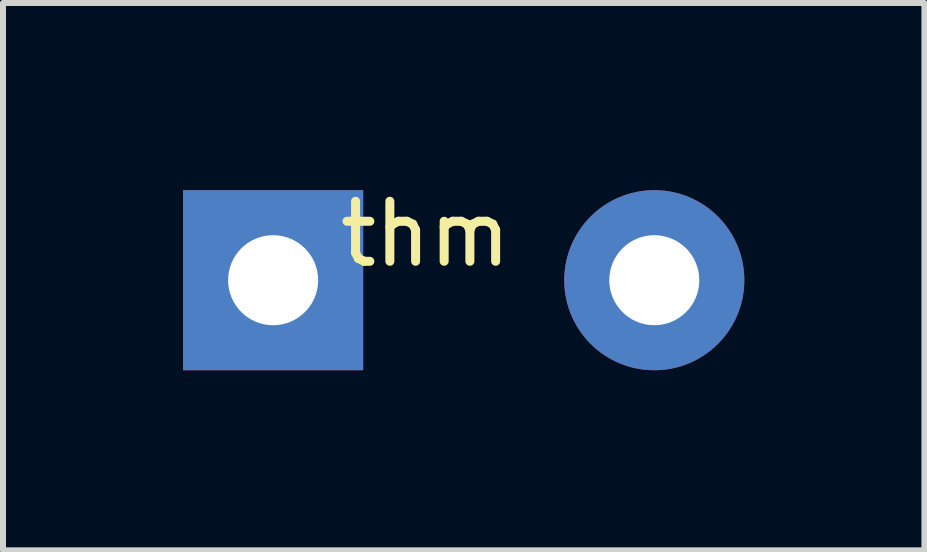
<source format=kicad_pcb>
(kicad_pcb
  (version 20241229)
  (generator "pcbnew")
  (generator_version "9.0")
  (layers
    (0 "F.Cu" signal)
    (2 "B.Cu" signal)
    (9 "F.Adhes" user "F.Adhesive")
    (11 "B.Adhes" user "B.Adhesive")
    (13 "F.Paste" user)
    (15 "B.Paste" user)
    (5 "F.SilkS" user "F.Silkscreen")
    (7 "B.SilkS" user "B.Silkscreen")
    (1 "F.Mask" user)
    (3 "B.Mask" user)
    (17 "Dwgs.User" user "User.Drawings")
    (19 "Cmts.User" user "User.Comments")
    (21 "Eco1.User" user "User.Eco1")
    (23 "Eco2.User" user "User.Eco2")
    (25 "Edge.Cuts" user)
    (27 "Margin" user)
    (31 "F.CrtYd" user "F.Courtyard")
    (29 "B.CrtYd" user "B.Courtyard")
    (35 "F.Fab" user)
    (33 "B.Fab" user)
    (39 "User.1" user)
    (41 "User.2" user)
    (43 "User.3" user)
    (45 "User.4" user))
  (footprint "thm"
    (layer "F.Cu")
    (at 4.04 0.348)
    (property "Reference" "thm" (at 0 0.5 0) (layer "F.SilkS") (effects (font (size 1 1) (thickness 0.15))))
    (attr through_hole)
    (pad "1" thru_hole rect (at -2.54 1.27) (size 3 3) (drill 1.5) (layers "*.Cu" "*.Mask"))
    (pad "2" thru_hole circle (at 3.81 1.27) (size 3 3) (drill 1.5) (layers "*.Cu" "*.Mask")))
  (gr_rect
    (start -3 -3)
    (end 12.35 6.118)
    (stroke (width 0.1) (type default))
    (fill no)
    (layer "Edge.Cuts")))
</source>
